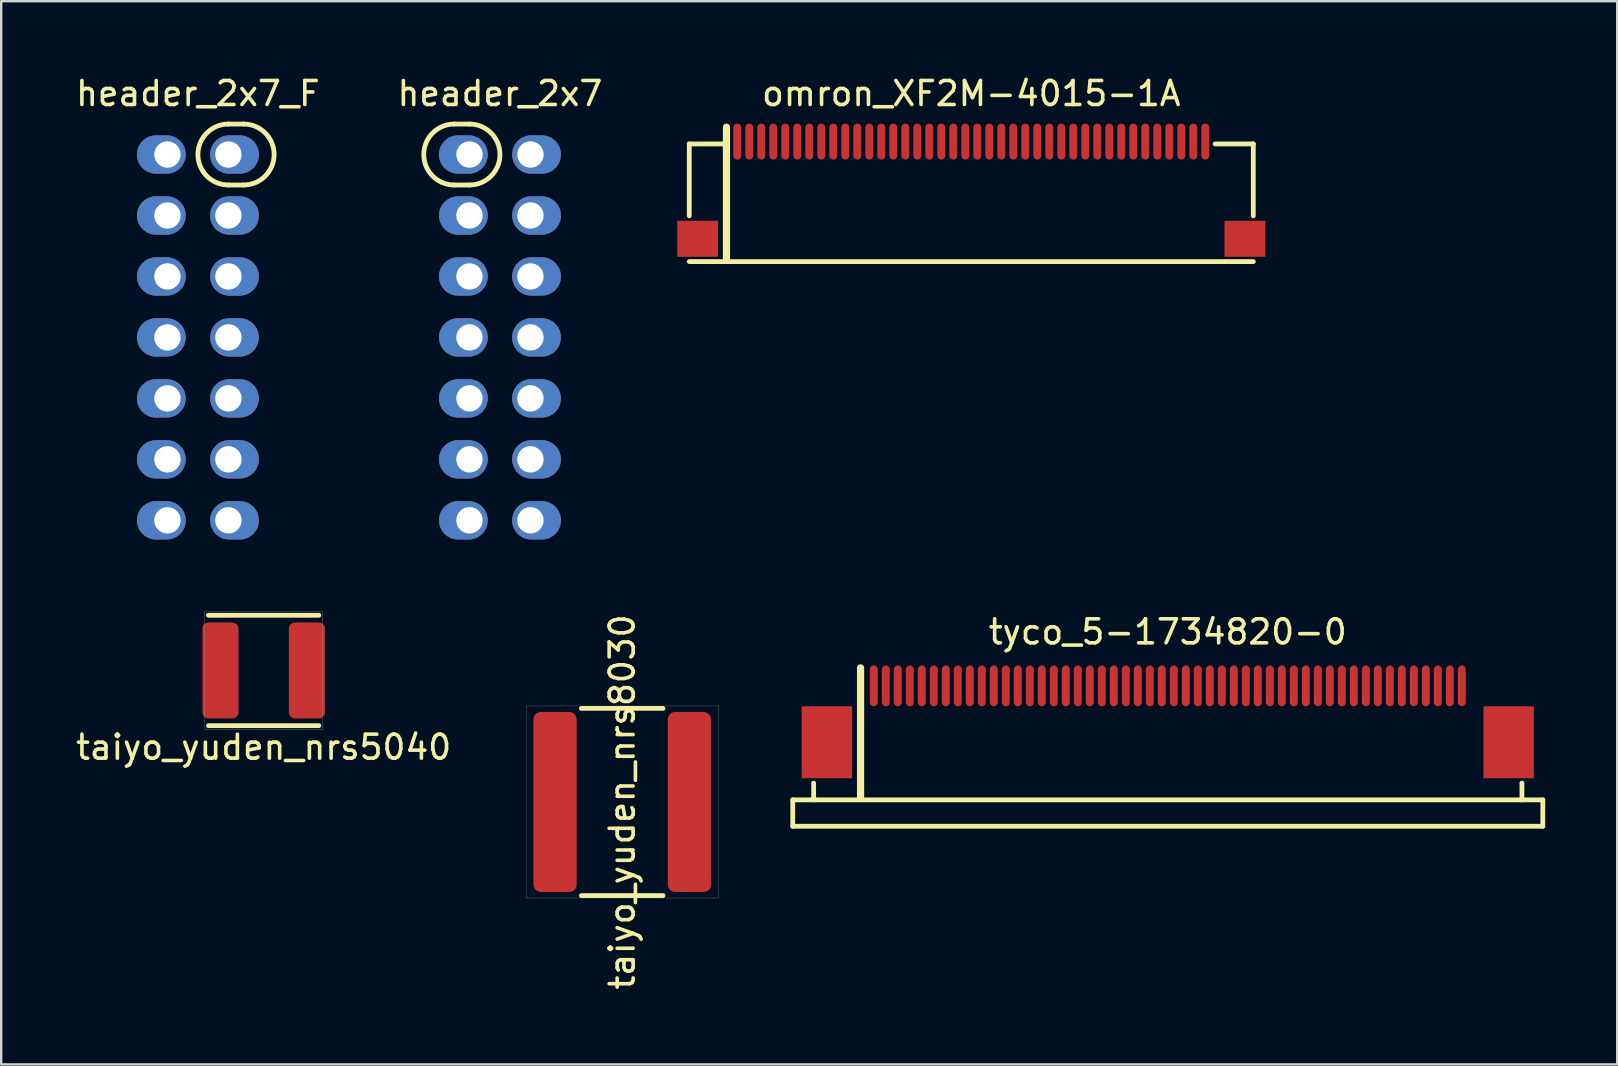
<source format=kicad_pcb>
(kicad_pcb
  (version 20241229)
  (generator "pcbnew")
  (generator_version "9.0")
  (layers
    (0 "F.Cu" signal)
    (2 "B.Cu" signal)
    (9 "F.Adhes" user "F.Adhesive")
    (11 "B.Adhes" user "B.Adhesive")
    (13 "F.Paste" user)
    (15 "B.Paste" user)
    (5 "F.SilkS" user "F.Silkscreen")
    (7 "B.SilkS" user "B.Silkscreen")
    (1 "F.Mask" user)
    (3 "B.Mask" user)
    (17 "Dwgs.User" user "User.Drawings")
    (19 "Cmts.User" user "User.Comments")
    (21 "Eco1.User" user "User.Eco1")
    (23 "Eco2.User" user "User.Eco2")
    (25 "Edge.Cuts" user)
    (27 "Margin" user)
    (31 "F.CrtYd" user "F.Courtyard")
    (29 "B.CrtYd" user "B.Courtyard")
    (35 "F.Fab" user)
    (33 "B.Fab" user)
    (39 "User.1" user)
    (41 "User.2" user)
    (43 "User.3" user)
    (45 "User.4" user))
  (footprint "header_2x7"
    (layer "F.Cu")
    (at 17.78 11.008)
    (property "Reference" "header_2x7" (at 0 -10.16 0) (layer "F.SilkS") (effects (font (size 1 1) (thickness 0.15))))
    (attr through_hole)
    (fp_line (start -1.905 -8.89) (end -1.27 -8.89) (stroke (width 0.2) (type solid)) (layer "F.SilkS"))
    (fp_line (start -1.27 -6.35) (end -1.905 -6.35) (stroke (width 0.2) (type solid)) (layer "F.SilkS"))
    (fp_arc (start -1.905 -6.35) (mid -3.175 -7.62) (end -1.905 -8.89) (stroke (width 0.2) (type solid)) (layer "F.SilkS"))
    (fp_arc (start -1.27 -8.89) (mid 0 -7.62) (end -1.27 -6.35) (stroke (width 0.2) (type solid)) (layer "F.SilkS"))
    (pad "1" thru_hole oval (at -1.27 -7.62) (size 2.032 1.6) (drill 1.1 (offset -0.254 0)) (layers "*.Cu" "*.Mask"))
    (pad "2" thru_hole oval (at 1.27 -7.62) (size 2.032 1.6) (drill 1.1 (offset 0.254 0)) (layers "*.Cu" "*.Mask"))
    (pad "3" thru_hole oval (at -1.27 -5.08) (size 2.032 1.6) (drill 1.1 (offset -0.254 0)) (layers "*.Cu" "*.Mask"))
    (pad "4" thru_hole oval (at 1.27 -5.08) (size 2.032 1.6) (drill 1.1 (offset 0.254 0)) (layers "*.Cu" "*.Mask"))
    (pad "5" thru_hole oval (at -1.27 -2.54) (size 2.032 1.6) (drill 1.1 (offset -0.254 0)) (layers "*.Cu" "*.Mask"))
    (pad "6" thru_hole oval (at 1.27 -2.54) (size 2.032 1.6) (drill 1.1 (offset 0.254 0)) (layers "*.Cu" "*.Mask"))
    (pad "7" thru_hole oval (at -1.27 0) (size 2.032 1.6) (drill 1.1 (offset -0.254 0)) (layers "*.Cu" "*.Mask"))
    (pad "8" thru_hole oval (at 1.27 0) (size 2.032 1.6) (drill 1.1 (offset 0.254 0)) (layers "*.Cu" "*.Mask"))
    (pad "9" thru_hole oval (at -1.27 2.54) (size 2.032 1.6) (drill 1.1 (offset -0.254 0)) (layers "*.Cu" "*.Mask"))
    (pad "10" thru_hole oval (at 1.27 2.54) (size 2.032 1.6) (drill 1.1 (offset 0.254 0)) (layers "*.Cu" "*.Mask"))
    (pad "11" thru_hole oval (at -1.27 5.08) (size 2.032 1.6) (drill 1.1 (offset -0.254 0)) (layers "*.Cu" "*.Mask"))
    (pad "12" thru_hole oval (at 1.27 5.08) (size 2.032 1.6) (drill 1.1 (offset 0.254 0)) (layers "*.Cu" "*.Mask"))
    (pad "13" thru_hole oval (at -1.27 7.62) (size 2.032 1.6) (drill 1.1 (offset -0.254 0)) (layers "*.Cu" "*.Mask"))
    (pad "14" thru_hole oval (at 1.27 7.62) (size 2.032 1.6) (drill 1.1 (offset 0.254 0)) (layers "*.Cu" "*.Mask")))
  (footprint "header_2x7_F"
    (layer "F.Cu")
    (at 5.196 11.008)
    (property "Reference" "header_2x7_F" (at 0 -10.16 0) (layer "F.SilkS") (effects (font (size 1 1) (thickness 0.15))))
    (attr through_hole)
    (fp_line (start 1.27 -8.89) (end 1.905 -8.89) (stroke (width 0.2) (type solid)) (layer "F.SilkS"))
    (fp_line (start 1.905 -6.35) (end 1.27 -6.35) (stroke (width 0.2) (type solid)) (layer "F.SilkS"))
    (fp_arc (start 1.27 -6.35) (mid 0 -7.62) (end 1.27 -8.89) (stroke (width 0.2) (type solid)) (layer "F.SilkS"))
    (fp_arc (start 1.905 -8.89) (mid 3.175 -7.62) (end 1.905 -6.35) (stroke (width 0.2) (type solid)) (layer "F.SilkS"))
    (pad "1" thru_hole oval (at 1.27 -7.62) (size 2.032 1.6) (drill 1.1 (offset 0.254 0)) (layers "*.Cu" "*.Mask"))
    (pad "2" thru_hole oval (at -1.27 -7.62) (size 2.032 1.6) (drill 1.1 (offset -0.254 0)) (layers "*.Cu" "*.Mask"))
    (pad "3" thru_hole oval (at 1.27 -5.08) (size 2.032 1.6) (drill 1.1 (offset 0.254 0)) (layers "*.Cu" "*.Mask"))
    (pad "4" thru_hole oval (at -1.27 -5.08) (size 2.032 1.6) (drill 1.1 (offset -0.254 0)) (layers "*.Cu" "*.Mask"))
    (pad "5" thru_hole oval (at 1.27 -2.54) (size 2.032 1.6) (drill 1.1 (offset 0.254 0)) (layers "*.Cu" "*.Mask"))
    (pad "6" thru_hole oval (at -1.27 -2.54) (size 2.032 1.6) (drill 1.1 (offset -0.254 0)) (layers "*.Cu" "*.Mask"))
    (pad "7" thru_hole oval (at 1.27 0) (size 2.032 1.6) (drill 1.1 (offset 0.254 0)) (layers "*.Cu" "*.Mask"))
    (pad "8" thru_hole oval (at -1.27 0) (size 2.032 1.6) (drill 1.1 (offset -0.254 0)) (layers "*.Cu" "*.Mask"))
    (pad "9" thru_hole oval (at 1.27 2.54) (size 2.032 1.6) (drill 1.1 (offset 0.254 0)) (layers "*.Cu" "*.Mask"))
    (pad "10" thru_hole oval (at -1.27 2.54) (size 2.032 1.6) (drill 1.1 (offset -0.254 0)) (layers "*.Cu" "*.Mask"))
    (pad "11" thru_hole oval (at 1.27 5.08) (size 2.032 1.6) (drill 1.1 (offset 0.254 0)) (layers "*.Cu" "*.Mask"))
    (pad "12" thru_hole oval (at -1.27 5.08) (size 2.032 1.6) (drill 1.1 (offset -0.254 0)) (layers "*.Cu" "*.Mask"))
    (pad "13" thru_hole oval (at 1.27 7.62) (size 2.032 1.6) (drill 1.1 (offset 0.254 0)) (layers "*.Cu" "*.Mask"))
    (pad "14" thru_hole oval (at -1.27 7.62) (size 2.032 1.6) (drill 1.1 (offset -0.254 0)) (layers "*.Cu" "*.Mask")))
  (footprint "omron_XF2M-4015-1A"
    (layer "F.Cu")
    (at 37.417 7.848)
    (property "Reference" "omron_XF2M-4015-1A" (at 0 -7 0) (layer "F.SilkS") (effects (font (size 1 1) (thickness 0.15))))
    (attr smd)
    (fp_line (start -11.75 -4.9) (end -10.16 -4.9) (stroke (width 0.2) (type solid)) (layer "F.SilkS"))
    (fp_line (start -11.75 -1.905) (end -11.75 -4.9) (stroke (width 0.2) (type solid)) (layer "F.SilkS"))
    (fp_line (start -11.75 0) (end 11.75 0) (stroke (width 0.2) (type solid)) (layer "F.SilkS"))
    (fp_line (start -10.2 -5.6) (end -10.2 -0.1) (stroke (width 0.3) (type solid)) (layer "F.SilkS"))
    (fp_line (start 11.75 -4.9) (end 10.16 -4.9) (stroke (width 0.2) (type solid)) (layer "F.SilkS"))
    (fp_line (start 11.75 -1.905) (end 11.75 -4.9) (stroke (width 0.2) (type solid)) (layer "F.SilkS"))
    (pad "1" smd oval (at -9.75 -5) (size 0.33 1.5) (layers "F.Cu" "F.Mask" "F.Paste"))
    (pad "2" smd oval (at -9.25 -5) (size 0.33 1.5) (layers "F.Cu" "F.Mask" "F.Paste"))
    (pad "3" smd oval (at -8.75 -5) (size 0.33 1.5) (layers "F.Cu" "F.Mask" "F.Paste"))
    (pad "4" smd oval (at -8.25 -5) (size 0.33 1.5) (layers "F.Cu" "F.Mask" "F.Paste"))
    (pad "5" smd oval (at -7.75 -5) (size 0.33 1.5) (layers "F.Cu" "F.Mask" "F.Paste"))
    (pad "6" smd oval (at -7.25 -5) (size 0.33 1.5) (layers "F.Cu" "F.Mask" "F.Paste"))
    (pad "7" smd oval (at -6.75 -5) (size 0.33 1.5) (layers "F.Cu" "F.Mask" "F.Paste"))
    (pad "8" smd oval (at -6.25 -5) (size 0.33 1.5) (layers "F.Cu" "F.Mask" "F.Paste"))
    (pad "9" smd oval (at -5.75 -5) (size 0.33 1.5) (layers "F.Cu" "F.Mask" "F.Paste"))
    (pad "10" smd oval (at -5.25 -5) (size 0.33 1.5) (layers "F.Cu" "F.Mask" "F.Paste"))
    (pad "11" smd oval (at -4.75 -5) (size 0.33 1.5) (layers "F.Cu" "F.Mask" "F.Paste"))
    (pad "12" smd oval (at -4.25 -5) (size 0.33 1.5) (layers "F.Cu" "F.Mask" "F.Paste"))
    (pad "13" smd oval (at -3.75 -5) (size 0.33 1.5) (layers "F.Cu" "F.Mask" "F.Paste"))
    (pad "14" smd oval (at -3.25 -5) (size 0.33 1.5) (layers "F.Cu" "F.Mask" "F.Paste"))
    (pad "15" smd oval (at -2.75 -5) (size 0.33 1.5) (layers "F.Cu" "F.Mask" "F.Paste"))
    (pad "16" smd oval (at -2.25 -5) (size 0.33 1.5) (layers "F.Cu" "F.Mask" "F.Paste"))
    (pad "17" smd oval (at -1.75 -5) (size 0.33 1.5) (layers "F.Cu" "F.Mask" "F.Paste"))
    (pad "18" smd oval (at -1.25 -5) (size 0.33 1.5) (layers "F.Cu" "F.Mask" "F.Paste"))
    (pad "19" smd oval (at -0.75 -5) (size 0.33 1.5) (layers "F.Cu" "F.Mask" "F.Paste"))
    (pad "20" smd oval (at -0.25 -5) (size 0.33 1.5) (layers "F.Cu" "F.Mask" "F.Paste"))
    (pad "21" smd oval (at 0.25 -5) (size 0.33 1.5) (layers "F.Cu" "F.Mask" "F.Paste"))
    (pad "22" smd oval (at 0.75 -5) (size 0.33 1.5) (layers "F.Cu" "F.Mask" "F.Paste"))
    (pad "23" smd oval (at 1.25 -5) (size 0.33 1.5) (layers "F.Cu" "F.Mask" "F.Paste"))
    (pad "24" smd oval (at 1.75 -5) (size 0.33 1.5) (layers "F.Cu" "F.Mask" "F.Paste"))
    (pad "25" smd oval (at 2.25 -5) (size 0.33 1.5) (layers "F.Cu" "F.Mask" "F.Paste"))
    (pad "26" smd oval (at 2.75 -5) (size 0.33 1.5) (layers "F.Cu" "F.Mask" "F.Paste"))
    (pad "27" smd oval (at 3.25 -5) (size 0.33 1.5) (layers "F.Cu" "F.Mask" "F.Paste"))
    (pad "28" smd oval (at 3.75 -5) (size 0.33 1.5) (layers "F.Cu" "F.Mask" "F.Paste"))
    (pad "29" smd oval (at 4.25 -5) (size 0.33 1.5) (layers "F.Cu" "F.Mask" "F.Paste"))
    (pad "30" smd oval (at 4.75 -5) (size 0.33 1.5) (layers "F.Cu" "F.Mask" "F.Paste"))
    (pad "31" smd oval (at 5.25 -5) (size 0.33 1.5) (layers "F.Cu" "F.Mask" "F.Paste"))
    (pad "32" smd oval (at 5.75 -5) (size 0.33 1.5) (layers "F.Cu" "F.Mask" "F.Paste"))
    (pad "33" smd oval (at 6.25 -5) (size 0.33 1.5) (layers "F.Cu" "F.Mask" "F.Paste"))
    (pad "34" smd oval (at 6.75 -5) (size 0.33 1.5) (layers "F.Cu" "F.Mask" "F.Paste"))
    (pad "35" smd oval (at 7.25 -5) (size 0.33 1.5) (layers "F.Cu" "F.Mask" "F.Paste"))
    (pad "36" smd oval (at 7.75 -5) (size 0.33 1.5) (layers "F.Cu" "F.Mask" "F.Paste"))
    (pad "37" smd oval (at 8.25 -5) (size 0.33 1.5) (layers "F.Cu" "F.Mask" "F.Paste"))
    (pad "38" smd oval (at 8.75 -5) (size 0.33 1.5) (layers "F.Cu" "F.Mask" "F.Paste"))
    (pad "39" smd oval (at 9.25 -5) (size 0.33 1.5) (layers "F.Cu" "F.Mask" "F.Paste"))
    (pad "40" smd oval (at 9.75 -5) (size 0.33 1.5) (layers "F.Cu" "F.Mask" "F.Paste"))
    (pad "NC" smd rect (at -11.4 -0.95 90) (size 1.5 1.7) (layers "F.Cu" "F.Mask" "F.Paste"))
    (pad "NC" smd rect (at 11.4 -0.95 90) (size 1.5 1.7) (layers "F.Cu" "F.Mask" "F.Paste")))
  (footprint "taiyo_yuden_nrs5040"
    (layer "F.Cu")
    (at 7.935 24.883)
    (property "Reference" "taiyo_yuden_nrs5040" (at 0 3.2 180) (layer "F.SilkS") (effects (font (size 1 1) (thickness 0.15))))
    (attr through_hole)
    (fp_line (start -2.3 -2.3) (end 2.3 -2.3) (stroke (width 0.2) (type solid)) (layer "F.SilkS"))
    (fp_line (start -2.3 2.3) (end 2.3 2.3) (stroke (width 0.2) (type solid)) (layer "F.SilkS"))
    (fp_line (start -2.45 -2.45) (end -2.45 2.45) (stroke (width 0.01) (type solid)) (layer "F.Fab"))
    (fp_line (start -2.45 -2.45) (end 2.45 -2.45) (stroke (width 0.01) (type solid)) (layer "F.Fab"))
    (fp_line (start -2.45 2.45) (end 2.45 2.45) (stroke (width 0.01) (type solid)) (layer "F.Fab"))
    (fp_line (start 2.45 -2.45) (end 2.45 2.45) (stroke (width 0.01) (type solid)) (layer "F.Fab"))
    (pad "1" smd roundrect (at -1.8 0) (size 1.5 4) (layers "F.Cu" "F.Mask" "F.Paste") (roundrect_rratio 0.167))
    (pad "2" smd roundrect (at 1.8 0) (size 1.5 4) (layers "F.Cu" "F.Mask" "F.Paste") (roundrect_rratio 0.167)))
  (footprint "tyco_5-1734820-0"
    (layer "F.Cu")
    (at 45.604 31.276)
    (property "Reference" "tyco_5-1734820-0" (at 0 -8 0) (layer "F.SilkS") (effects (font (size 1 1) (thickness 0.15))))
    (attr smd)
    (fp_line (start -15.625 -1) (end -15.625 0.1) (stroke (width 0.2) (type solid)) (layer "F.SilkS"))
    (fp_line (start -15.625 -1) (end 15.625 -1) (stroke (width 0.2) (type solid)) (layer "F.SilkS"))
    (fp_line (start -15.625 0.1) (end 15.625 0.1) (stroke (width 0.2) (type solid)) (layer "F.SilkS"))
    (fp_line (start -14.755 -1) (end -14.755 -1.7) (stroke (width 0.2) (type solid)) (layer "F.SilkS"))
    (fp_line (start -12.8 -6.5) (end -12.8 -1.1) (stroke (width 0.3) (type solid)) (layer "F.SilkS"))
    (fp_line (start 14.755 -1) (end 14.755 -1.7) (stroke (width 0.2) (type solid)) (layer "F.SilkS"))
    (fp_line (start 15.625 0.1) (end 15.625 -1) (stroke (width 0.2) (type solid)) (layer "F.SilkS"))
    (pad "1" smd oval (at -12.25 -5.75) (size 0.33 1.7) (layers "F.Cu" "F.Mask" "F.Paste"))
    (pad "2" smd oval (at -11.75 -5.75) (size 0.33 1.7) (layers "F.Cu" "F.Mask" "F.Paste"))
    (pad "3" smd oval (at -11.25 -5.75) (size 0.33 1.7) (layers "F.Cu" "F.Mask" "F.Paste"))
    (pad "4" smd oval (at -10.75 -5.75) (size 0.33 1.7) (layers "F.Cu" "F.Mask" "F.Paste"))
    (pad "5" smd oval (at -10.25 -5.75) (size 0.33 1.7) (layers "F.Cu" "F.Mask" "F.Paste"))
    (pad "6" smd oval (at -9.75 -5.75) (size 0.33 1.7) (layers "F.Cu" "F.Mask" "F.Paste"))
    (pad "7" smd oval (at -9.25 -5.75) (size 0.33 1.7) (layers "F.Cu" "F.Mask" "F.Paste"))
    (pad "8" smd oval (at -8.75 -5.75) (size 0.33 1.7) (layers "F.Cu" "F.Mask" "F.Paste"))
    (pad "9" smd oval (at -8.25 -5.75) (size 0.33 1.7) (layers "F.Cu" "F.Mask" "F.Paste"))
    (pad "10" smd oval (at -7.75 -5.75) (size 0.33 1.7) (layers "F.Cu" "F.Mask" "F.Paste"))
    (pad "11" smd oval (at -7.25 -5.75) (size 0.33 1.7) (layers "F.Cu" "F.Mask" "F.Paste"))
    (pad "12" smd oval (at -6.75 -5.75) (size 0.33 1.7) (layers "F.Cu" "F.Mask" "F.Paste"))
    (pad "13" smd oval (at -6.25 -5.75) (size 0.33 1.7) (layers "F.Cu" "F.Mask" "F.Paste"))
    (pad "14" smd oval (at -5.75 -5.75) (size 0.33 1.7) (layers "F.Cu" "F.Mask" "F.Paste"))
    (pad "15" smd oval (at -5.25 -5.75) (size 0.33 1.7) (layers "F.Cu" "F.Mask" "F.Paste"))
    (pad "16" smd oval (at -4.75 -5.75) (size 0.33 1.7) (layers "F.Cu" "F.Mask" "F.Paste"))
    (pad "17" smd oval (at -4.25 -5.75) (size 0.33 1.7) (layers "F.Cu" "F.Mask" "F.Paste"))
    (pad "18" smd oval (at -3.75 -5.75) (size 0.33 1.7) (layers "F.Cu" "F.Mask" "F.Paste"))
    (pad "19" smd oval (at -3.25 -5.75) (size 0.33 1.7) (layers "F.Cu" "F.Mask" "F.Paste"))
    (pad "20" smd oval (at -2.75 -5.75) (size 0.33 1.7) (layers "F.Cu" "F.Mask" "F.Paste"))
    (pad "21" smd oval (at -2.25 -5.75) (size 0.33 1.7) (layers "F.Cu" "F.Mask" "F.Paste"))
    (pad "22" smd oval (at -1.75 -5.75) (size 0.33 1.7) (layers "F.Cu" "F.Mask" "F.Paste"))
    (pad "23" smd oval (at -1.25 -5.75) (size 0.33 1.7) (layers "F.Cu" "F.Mask" "F.Paste"))
    (pad "24" smd oval (at -0.75 -5.75) (size 0.33 1.7) (layers "F.Cu" "F.Mask" "F.Paste"))
    (pad "25" smd oval (at -0.25 -5.75) (size 0.33 1.7) (layers "F.Cu" "F.Mask" "F.Paste"))
    (pad "26" smd oval (at 0.25 -5.75) (size 0.33 1.7) (layers "F.Cu" "F.Mask" "F.Paste"))
    (pad "27" smd oval (at 0.75 -5.75) (size 0.33 1.7) (layers "F.Cu" "F.Mask" "F.Paste"))
    (pad "28" smd oval (at 1.25 -5.75) (size 0.33 1.7) (layers "F.Cu" "F.Mask" "F.Paste"))
    (pad "29" smd oval (at 1.75 -5.75) (size 0.33 1.7) (layers "F.Cu" "F.Mask" "F.Paste"))
    (pad "30" smd oval (at 2.25 -5.75) (size 0.33 1.7) (layers "F.Cu" "F.Mask" "F.Paste"))
    (pad "31" smd oval (at 2.75 -5.75) (size 0.33 1.7) (layers "F.Cu" "F.Mask" "F.Paste"))
    (pad "32" smd oval (at 3.25 -5.75) (size 0.33 1.7) (layers "F.Cu" "F.Mask" "F.Paste"))
    (pad "33" smd oval (at 3.75 -5.75) (size 0.33 1.7) (layers "F.Cu" "F.Mask" "F.Paste"))
    (pad "34" smd oval (at 4.25 -5.75) (size 0.33 1.7) (layers "F.Cu" "F.Mask" "F.Paste"))
    (pad "35" smd oval (at 4.75 -5.75) (size 0.33 1.7) (layers "F.Cu" "F.Mask" "F.Paste"))
    (pad "36" smd oval (at 5.25 -5.75) (size 0.33 1.7) (layers "F.Cu" "F.Mask" "F.Paste"))
    (pad "37" smd oval (at 5.75 -5.75) (size 0.33 1.7) (layers "F.Cu" "F.Mask" "F.Paste"))
    (pad "38" smd oval (at 6.25 -5.75) (size 0.33 1.7) (layers "F.Cu" "F.Mask" "F.Paste"))
    (pad "39" smd oval (at 6.75 -5.75) (size 0.33 1.7) (layers "F.Cu" "F.Mask" "F.Paste"))
    (pad "40" smd oval (at 7.25 -5.75) (size 0.33 1.7) (layers "F.Cu" "F.Mask" "F.Paste"))
    (pad "41" smd oval (at 7.75 -5.75) (size 0.33 1.7) (layers "F.Cu" "F.Mask" "F.Paste"))
    (pad "42" smd oval (at 8.25 -5.75) (size 0.33 1.7) (layers "F.Cu" "F.Mask" "F.Paste"))
    (pad "43" smd oval (at 8.75 -5.75) (size 0.33 1.7) (layers "F.Cu" "F.Mask" "F.Paste"))
    (pad "44" smd oval (at 9.25 -5.75) (size 0.33 1.7) (layers "F.Cu" "F.Mask" "F.Paste"))
    (pad "45" smd oval (at 9.75 -5.75) (size 0.33 1.7) (layers "F.Cu" "F.Mask" "F.Paste"))
    (pad "46" smd oval (at 10.25 -5.75) (size 0.33 1.7) (layers "F.Cu" "F.Mask" "F.Paste"))
    (pad "47" smd oval (at 10.75 -5.75) (size 0.33 1.7) (layers "F.Cu" "F.Mask" "F.Paste"))
    (pad "48" smd oval (at 11.25 -5.75) (size 0.33 1.7) (layers "F.Cu" "F.Mask" "F.Paste"))
    (pad "49" smd oval (at 11.75 -5.75) (size 0.33 1.7) (layers "F.Cu" "F.Mask" "F.Paste"))
    (pad "50" smd oval (at 12.25 -5.75) (size 0.33 1.7) (layers "F.Cu" "F.Mask" "F.Paste"))
    (pad "NC" smd rect (at -14.2 -3.4 90) (size 3 2.1) (layers "F.Cu" "F.Mask" "F.Paste"))
    (pad "NC" smd rect (at 14.2 -3.4 90) (size 3 2.1) (layers "F.Cu" "F.Mask" "F.Paste")))
  (footprint "taiyo_yuden_nrs8030"
    (layer "F.Cu")
    (at 22.874 30.363)
    (property "Reference" "taiyo_yuden_nrs8030" (at 0 0 90) (layer "F.SilkS") (effects (font (size 1 1) (thickness 0.15))))
    (attr through_hole)
    (fp_line (start -1.7 -3.9) (end 1.7 -3.9) (stroke (width 0.2) (type solid)) (layer "F.SilkS"))
    (fp_line (start -1.7 3.9) (end 1.7 3.9) (stroke (width 0.2) (type solid)) (layer "F.SilkS"))
    (fp_line (start -4 -4) (end -4 4) (stroke (width 0.01) (type solid)) (layer "F.Fab"))
    (fp_line (start -4 -4) (end 4 -4) (stroke (width 0.01) (type solid)) (layer "F.Fab"))
    (fp_line (start -4 4) (end 4 4) (stroke (width 0.01) (type solid)) (layer "F.Fab"))
    (fp_line (start 4 -4) (end 4 4) (stroke (width 0.01) (type solid)) (layer "F.Fab"))
    (pad "1" smd roundrect (at -2.8 0) (size 1.8 7.5) (layers "F.Cu" "F.Mask" "F.Paste") (roundrect_rratio 0.167))
    (pad "2" smd roundrect (at 2.8 0) (size 1.8 7.5) (layers "F.Cu" "F.Mask" "F.Paste") (roundrect_rratio 0.167)))
  (gr_rect
    (start -3 -3)
    (end 64.329 41.297)
    (stroke (width 0.1) (type default))
    (fill no)
    (layer "Edge.Cuts")))
</source>
